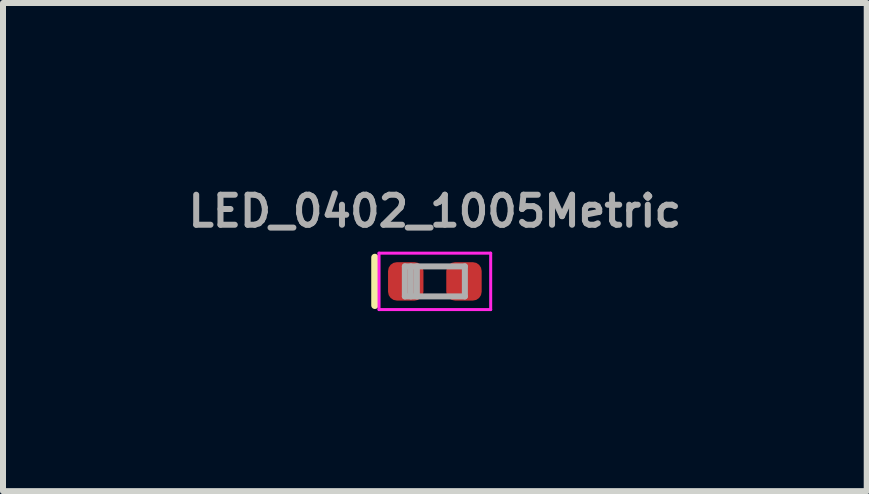
<source format=kicad_pcb>
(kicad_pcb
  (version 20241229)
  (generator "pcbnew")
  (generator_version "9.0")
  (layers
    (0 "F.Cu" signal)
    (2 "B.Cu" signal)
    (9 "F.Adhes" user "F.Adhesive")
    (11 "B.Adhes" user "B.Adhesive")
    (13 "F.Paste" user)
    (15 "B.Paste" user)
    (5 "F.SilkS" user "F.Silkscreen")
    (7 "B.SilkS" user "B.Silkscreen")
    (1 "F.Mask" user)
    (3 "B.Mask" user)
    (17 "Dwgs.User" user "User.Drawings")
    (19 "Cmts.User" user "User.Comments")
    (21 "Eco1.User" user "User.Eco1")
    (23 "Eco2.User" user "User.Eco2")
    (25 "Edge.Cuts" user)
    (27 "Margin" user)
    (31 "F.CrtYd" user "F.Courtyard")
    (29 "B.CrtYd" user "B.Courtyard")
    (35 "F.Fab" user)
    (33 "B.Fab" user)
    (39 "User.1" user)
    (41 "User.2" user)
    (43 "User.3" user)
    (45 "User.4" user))
  (footprint "LED_0402_1005Metric"
    (layer "F.Cu")
    (at 4.195 1.638)
    (property "Reference" "LED_0402_1005Metric" (at 0 -1.17 0) (layer "F.Fab") (effects (font (size 0.5 0.5) (thickness 0.1))))
    (attr smd)
    (fp_line (start -1 -0.4) (end -1 0.4) (stroke (width 0.12) (type solid)) (layer "F.SilkS"))
    (fp_line (start -0.93 -0.47) (end 0.93 -0.47) (stroke (width 0.05) (type solid)) (layer "F.CrtYd"))
    (fp_line (start -0.93 0.47) (end -0.93 -0.47) (stroke (width 0.05) (type solid)) (layer "F.CrtYd"))
    (fp_line (start 0.93 -0.47) (end 0.93 0.47) (stroke (width 0.05) (type solid)) (layer "F.CrtYd"))
    (fp_line (start 0.93 0.47) (end -0.93 0.47) (stroke (width 0.05) (type solid)) (layer "F.CrtYd"))
    (fp_line (start -0.5 -0.25) (end 0.5 -0.25) (stroke (width 0.1) (type solid)) (layer "F.Fab"))
    (fp_line (start -0.5 0.25) (end -0.5 -0.25) (stroke (width 0.1) (type solid)) (layer "F.Fab"))
    (fp_line (start -0.4 0.25) (end -0.4 -0.25) (stroke (width 0.1) (type solid)) (layer "F.Fab"))
    (fp_line (start -0.3 0.25) (end -0.3 -0.25) (stroke (width 0.1) (type solid)) (layer "F.Fab"))
    (fp_line (start 0.5 -0.25) (end 0.5 0.25) (stroke (width 0.1) (type solid)) (layer "F.Fab"))
    (fp_line (start 0.5 0.25) (end -0.5 0.25) (stroke (width 0.1) (type solid)) (layer "F.Fab"))
    (pad "1" smd roundrect (at -0.485 0) (size 0.59 0.64) (layers "F.Cu" "F.Mask" "F.Paste") (roundrect_rratio 0.25))
    (pad "2" smd roundrect (at 0.485 0) (size 0.59 0.64) (layers "F.Cu" "F.Mask" "F.Paste") (roundrect_rratio 0.25)))
  (gr_rect
    (start -3 -3)
    (end 11.39 5.133)
    (stroke (width 0.1) (type default))
    (fill no)
    (layer "Edge.Cuts")))
</source>
